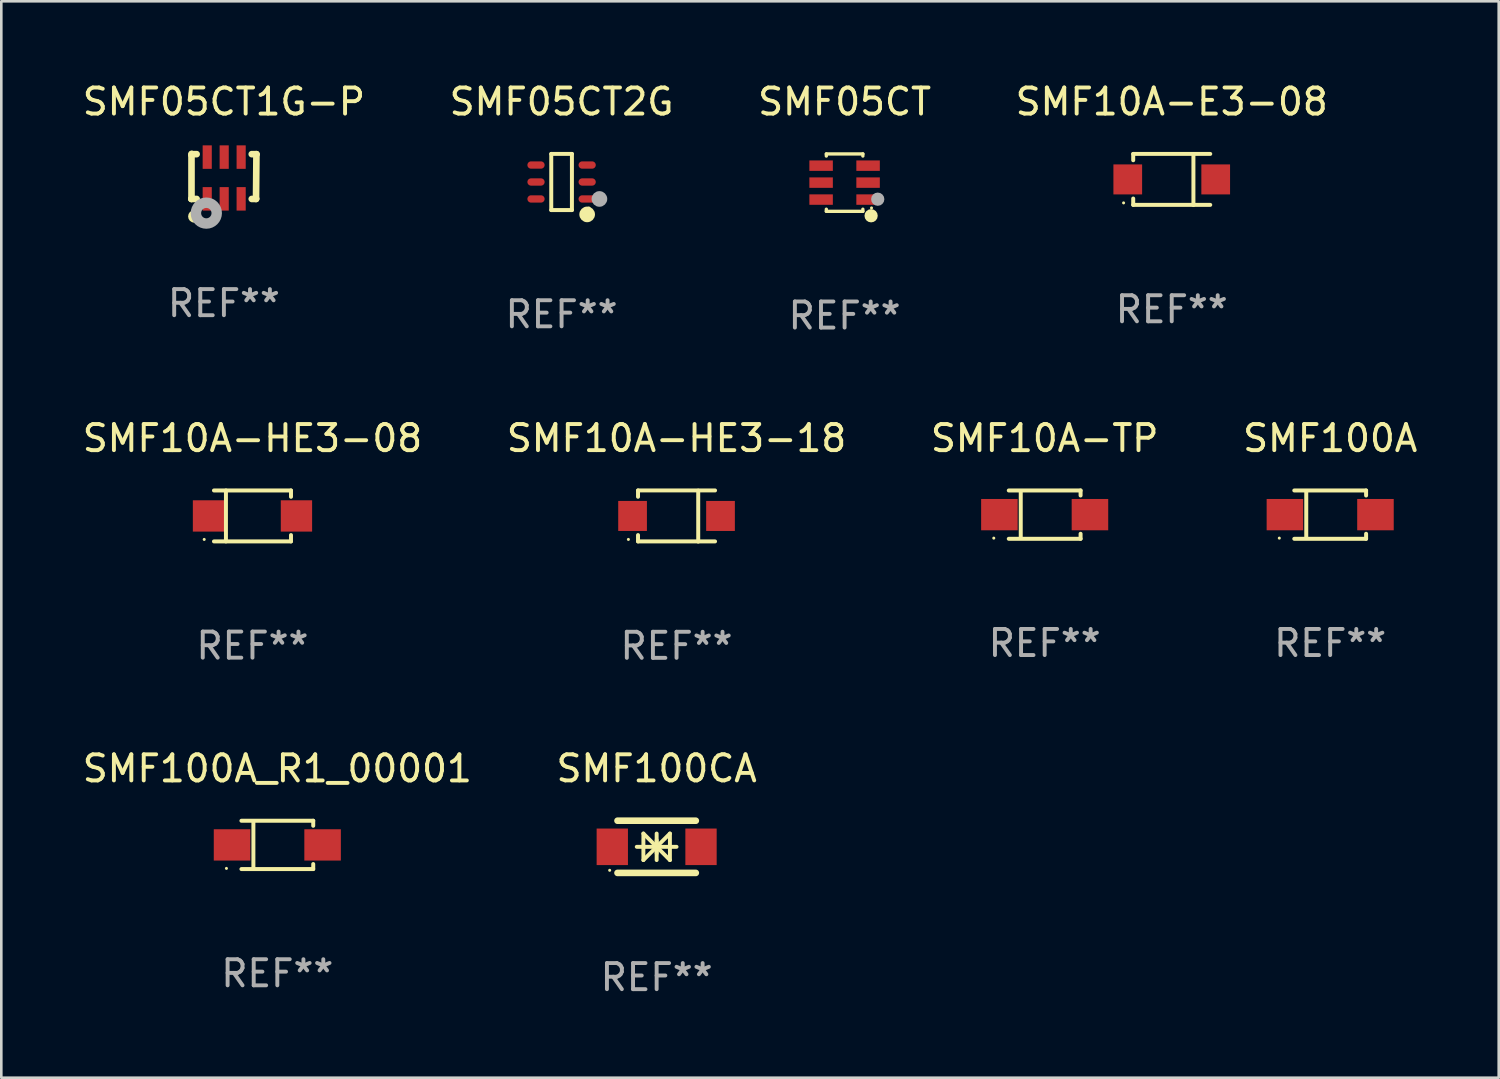
<source format=kicad_pcb>
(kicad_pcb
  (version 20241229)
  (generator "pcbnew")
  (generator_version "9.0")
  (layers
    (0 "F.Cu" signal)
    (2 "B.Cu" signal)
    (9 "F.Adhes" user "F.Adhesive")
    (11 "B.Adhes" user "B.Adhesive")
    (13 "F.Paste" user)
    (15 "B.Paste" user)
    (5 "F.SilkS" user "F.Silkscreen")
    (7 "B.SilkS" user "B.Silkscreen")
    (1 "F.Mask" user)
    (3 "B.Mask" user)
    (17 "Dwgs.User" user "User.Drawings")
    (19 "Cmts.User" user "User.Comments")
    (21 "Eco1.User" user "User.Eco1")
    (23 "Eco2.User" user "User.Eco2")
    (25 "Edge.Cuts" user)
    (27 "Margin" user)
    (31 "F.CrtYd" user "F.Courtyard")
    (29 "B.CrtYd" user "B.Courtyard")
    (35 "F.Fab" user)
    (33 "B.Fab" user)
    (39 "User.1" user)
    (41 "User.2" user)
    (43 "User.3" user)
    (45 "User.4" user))
  (footprint "SMF05CT1G-P"
    (layer "F.Cu")
    (at 5.53 3.711)
    (property "Reference" "SMF05CT1G-P" (at 0 -2.863 0) (layer "F.SilkS") (effects (font (size 1 1) (thickness 0.15))))
    (attr through_hole)
    (fp_line (start -1.246 0.863) (end -1.045 0.863) (stroke (width 0.254) (type solid)) (layer "F.SilkS"))
    (fp_line (start -1.242 -0.863) (end -1.242 0.858) (stroke (width 0.254) (type solid)) (layer "F.SilkS"))
    (fp_line (start -1.242 0.858) (end -1.246 0.863) (stroke (width 0.254) (type solid)) (layer "F.SilkS"))
    (fp_line (start -1.218 -0.854) (end -1.246 -0.825) (stroke (width 0.254) (type solid)) (layer "F.SilkS"))
    (fp_line (start -1.045 -0.854) (end -1.218 -0.854) (stroke (width 0.254) (type solid)) (layer "F.SilkS"))
    (fp_line (start 1.067 0.863) (end 1.232 0.863) (stroke (width 0.254) (type solid)) (layer "F.SilkS"))
    (fp_line (start 1.231 0.847) (end 1.246 -0.849) (stroke (width 0.254) (type solid)) (layer "F.SilkS"))
    (fp_line (start 1.232 0.863) (end 1.231 0.847) (stroke (width 0.254) (type solid)) (layer "F.SilkS"))
    (fp_line (start 1.242 -0.854) (end 1.067 -0.854) (stroke (width 0.254) (type solid)) (layer "F.SilkS"))
    (fp_line (start 1.246 -0.849) (end 1.242 -0.854) (stroke (width 0.254) (type solid)) (layer "F.SilkS"))
    (fp_circle (center -1.132 1.533) (end -1.012 1.533) (stroke (width 0.24) (type solid)) (fill no) (layer "F.SilkS"))
    (fp_circle (center -0.989 1.109) (end -0.959 1.109) (stroke (width 0.06) (type solid)) (fill no) (layer "F.SilkS"))
    (fp_circle (center -0.674 1.406) (end -0.475 1.406) (stroke (width 0.4) (type solid)) (fill no) (layer "F.Fab"))
    (fp_text user "REF**" (at 0 4.863 0) (layer "F.Fab") (effects (font (size 1 1) (thickness 0.15))))
    (pad "1" smd rect (at -0.639 0.859) (size 0.35 0.9) (layers "F.Cu" "F.Mask" "F.Paste"))
    (pad "2" smd rect (at 0.011 0.859) (size 0.35 0.9) (layers "F.Cu" "F.Mask" "F.Paste"))
    (pad "3" smd rect (at 0.661 0.859) (size 0.35 0.9) (layers "F.Cu" "F.Mask" "F.Paste"))
    (pad "4" smd rect (at 0.661 -0.741) (size 0.35 0.9) (layers "F.Cu" "F.Mask" "F.Paste"))
    (pad "5" smd rect (at 0.011 -0.741) (size 0.35 0.9) (layers "F.Cu" "F.Mask" "F.Paste"))
    (pad "6" smd rect (at -0.639 -0.741) (size 0.35 0.9) (layers "F.Cu" "F.Mask" "F.Paste")))
  (footprint "SMF100A"
    (layer "F.Cu")
    (at 47.923 16.671)
    (property "Reference" "SMF100A" (at 0 -2.926 0) (layer "F.SilkS") (effects (font (size 1 1) (thickness 0.15))))
    (attr through_hole)
    (fp_line (start -1.376 -0.926) (end 1.376 -0.926) (stroke (width 0.152) (type solid)) (layer "F.SilkS"))
    (fp_line (start -1.376 0.926) (end 1.376 0.926) (stroke (width 0.152) (type solid)) (layer "F.SilkS"))
    (fp_line (start -0.917 -0.876) (end -0.917 0.876) (stroke (width 0.152) (type solid)) (layer "F.SilkS"))
    (fp_line (start 1.376 -0.926) (end 1.376 -0.733) (stroke (width 0.152) (type solid)) (layer "F.SilkS"))
    (fp_line (start 1.376 0.926) (end 1.376 0.733) (stroke (width 0.152) (type solid)) (layer "F.SilkS"))
    (fp_circle (center -1.95 0.9) (end -1.92 0.9) (stroke (width 0.06) (type solid)) (fill no) (layer "F.SilkS"))
    (fp_text user "REF**" (at 0 4.926 0) (layer "F.Fab") (effects (font (size 1 1) (thickness 0.15))))
    (pad "1" smd rect (at -1.735 0) (size 1.4 1.2) (layers "F.Cu" "F.Mask" "F.Paste"))
    (pad "2" smd rect (at 1.735 0) (size 1.4 1.2) (layers "F.Cu" "F.Mask" "F.Paste")))
  (footprint "SMF05CT"
    (layer "F.Cu")
    (at 29.315 3.948)
    (property "Reference" "SMF05CT" (at 0 -3.1 0) (layer "F.SilkS") (effects (font (size 1 1) (thickness 0.15))))
    (attr through_hole)
    (fp_line (start -0.7 -1.018) (end -0.7 -1.1) (stroke (width 0.127) (type solid)) (layer "F.SilkS"))
    (fp_line (start -0.7 1.1) (end -0.7 1.018) (stroke (width 0.127) (type solid)) (layer "F.SilkS"))
    (fp_line (start 0.7 -1.1) (end -0.7 -1.1) (stroke (width 0.127) (type solid)) (layer "F.SilkS"))
    (fp_line (start 0.7 -1.018) (end 0.7 -1.1) (stroke (width 0.127) (type solid)) (layer "F.SilkS"))
    (fp_line (start 0.7 1.1) (end -0.7 1.1) (stroke (width 0.127) (type solid)) (layer "F.SilkS"))
    (fp_line (start 0.7 1.1) (end 0.7 1.018) (stroke (width 0.127) (type solid)) (layer "F.SilkS"))
    (fp_circle (center 1.016 1.27) (end 1.143 1.27) (stroke (width 0.254) (type solid)) (fill no) (layer "F.SilkS"))
    (fp_circle (center 1.032 0.97) (end 1.062 0.97) (stroke (width 0.06) (type solid)) (fill no) (layer "F.SilkS"))
    (fp_circle (center 1.27 0.635) (end 1.397 0.635) (stroke (width 0.254) (type solid)) (fill no) (layer "F.Fab"))
    (fp_text user "REF**" (at 0 5.1 0) (layer "F.Fab") (effects (font (size 1 1) (thickness 0.15))))
    (pad "1" smd rect (at 0.9 0.65 90) (size 0.4 0.9) (layers "F.Cu" "F.Mask" "F.Paste"))
    (pad "2" smd rect (at 0.9 -0.000102 90) (size 0.4 0.9) (layers "F.Cu" "F.Mask" "F.Paste"))
    (pad "3" smd rect (at 0.9 -0.65 90) (size 0.4 0.9) (layers "F.Cu" "F.Mask" "F.Paste"))
    (pad "4" smd rect (at -0.9 -0.65 90) (size 0.4 0.9) (layers "F.Cu" "F.Mask" "F.Paste"))
    (pad "5" smd rect (at -0.9 -0.000102 90) (size 0.4 0.9) (layers "F.Cu" "F.Mask" "F.Paste"))
    (pad "6" smd rect (at -0.9 0.65 90) (size 0.4 0.9) (layers "F.Cu" "F.Mask" "F.Paste")))
  (footprint "SMF10A-TP"
    (layer "F.Cu")
    (at 36.982 16.671)
    (property "Reference" "SMF10A-TP" (at 0 -2.926 0) (layer "F.SilkS") (effects (font (size 1 1) (thickness 0.15))))
    (attr through_hole)
    (fp_line (start -1.376 -0.926) (end 1.376 -0.926) (stroke (width 0.152) (type solid)) (layer "F.SilkS"))
    (fp_line (start -1.376 0.926) (end 1.376 0.926) (stroke (width 0.152) (type solid)) (layer "F.SilkS"))
    (fp_line (start -0.917 -0.876) (end -0.917 0.876) (stroke (width 0.152) (type solid)) (layer "F.SilkS"))
    (fp_line (start 1.376 -0.926) (end 1.376 -0.733) (stroke (width 0.152) (type solid)) (layer "F.SilkS"))
    (fp_line (start 1.376 0.926) (end 1.376 0.733) (stroke (width 0.152) (type solid)) (layer "F.SilkS"))
    (fp_circle (center -1.95 0.9) (end -1.92 0.9) (stroke (width 0.06) (type solid)) (fill no) (layer "F.SilkS"))
    (fp_text user "REF**" (at 0 4.926 0) (layer "F.Fab") (effects (font (size 1 1) (thickness 0.15))))
    (pad "1" smd rect (at -1.735 0) (size 1.4 1.2) (layers "F.Cu" "F.Mask" "F.Paste"))
    (pad "2" smd rect (at 1.735 0) (size 1.4 1.2) (layers "F.Cu" "F.Mask" "F.Paste")))
  (footprint "SMF05CT2G"
    (layer "F.Cu")
    (at 18.47 3.924)
    (property "Reference" "SMF05CT2G" (at 0 -3.076 0) (layer "F.SilkS") (effects (font (size 1 1) (thickness 0.15))))
    (attr through_hole)
    (fp_line (start -0.396 -1.076) (end 0.396 -1.076) (stroke (width 0.152) (type solid)) (layer "F.SilkS"))
    (fp_line (start -0.396 1.076) (end -0.396 -1.076) (stroke (width 0.152) (type solid)) (layer "F.SilkS"))
    (fp_line (start 0.396 -1.076) (end 0.396 1.076) (stroke (width 0.152) (type solid)) (layer "F.SilkS"))
    (fp_line (start 0.396 1.076) (end -0.396 1.076) (stroke (width 0.152) (type solid)) (layer "F.SilkS"))
    (fp_circle (center 0.98 1.242) (end 1.13 1.242) (stroke (width 0.3) (type solid)) (fill no) (layer "F.SilkS"))
    (fp_circle (center 1.05 1) (end 1.08 1) (stroke (width 0.06) (type solid)) (fill no) (layer "F.SilkS"))
    (fp_circle (center 1.45 0.65) (end 1.6 0.65) (stroke (width 0.3) (type solid)) (fill no) (layer "F.Fab"))
    (fp_text user "REF**" (at 0 5.076 0) (layer "F.Fab") (effects (font (size 1 1) (thickness 0.15))))
    (pad "1" smd oval (at 0.98 0.65 90) (size 0.28 0.66) (layers "F.Cu" "F.Mask" "F.Paste"))
    (pad "2" smd oval (at 0.98 0 90) (size 0.28 0.66) (layers "F.Cu" "F.Mask" "F.Paste"))
    (pad "3" smd oval (at 0.98 -0.65 90) (size 0.28 0.66) (layers "F.Cu" "F.Mask" "F.Paste"))
    (pad "4" smd oval (at -0.98 -0.65 90) (size 0.28 0.66) (layers "F.Cu" "F.Mask" "F.Paste"))
    (pad "5" smd oval (at -0.98 0 90) (size 0.28 0.66) (layers "F.Cu" "F.Mask" "F.Paste"))
    (pad "6" smd oval (at -0.98 0.65 90) (size 0.28 0.66) (layers "F.Cu" "F.Mask" "F.Paste")))
  (footprint "SMF10A-HE3-18"
    (layer "F.Cu")
    (at 22.875 16.724)
    (property "Reference" "SMF10A-HE3-18" (at 0 -2.98 0) (layer "F.SilkS") (effects (font (size 1 1) (thickness 0.15))))
    (attr through_hole)
    (fp_line (start -1.476 -0.98) (end -1.476 -0.737) (stroke (width 0.152) (type solid)) (layer "F.SilkS"))
    (fp_line (start -1.476 0.973) (end -1.476 0.73) (stroke (width 0.152) (type solid)) (layer "F.SilkS"))
    (fp_line (start 0.831 0.98) (end 0.831 -0.973) (stroke (width 0.152) (type solid)) (layer "F.SilkS"))
    (fp_line (start 1.476 -0.98) (end -1.476 -0.98) (stroke (width 0.152) (type solid)) (layer "F.SilkS"))
    (fp_line (start 1.476 0.973) (end -1.476 0.973) (stroke (width 0.152) (type solid)) (layer "F.SilkS"))
    (fp_circle (center -1.845 0.897) (end -1.815 0.897) (stroke (width 0.06) (type solid)) (fill no) (layer "F.SilkS"))
    (fp_text user "REF**" (at 0 4.98 0) (layer "F.Fab") (effects (font (size 1 1) (thickness 0.15))))
    (pad "1" smd rect (at -1.685 -0.003) (size 1.1 1.15) (layers "F.Cu" "F.Mask" "F.Paste"))
    (pad "2" smd rect (at 1.685 -0.003) (size 1.1 1.15) (layers "F.Cu" "F.Mask" "F.Paste")))
  (footprint "SMF10A-E3-08"
    (layer "F.Cu")
    (at 41.851 3.828)
    (property "Reference" "SMF10A-E3-08" (at 0 -2.98 0) (layer "F.SilkS") (effects (font (size 1 1) (thickness 0.15))))
    (attr through_hole)
    (fp_line (start -1.476 -0.98) (end -1.476 -0.737) (stroke (width 0.152) (type solid)) (layer "F.SilkS"))
    (fp_line (start -1.476 0.973) (end -1.476 0.73) (stroke (width 0.152) (type solid)) (layer "F.SilkS"))
    (fp_line (start 0.831 0.98) (end 0.831 -0.973) (stroke (width 0.152) (type solid)) (layer "F.SilkS"))
    (fp_line (start 1.476 -0.98) (end -1.476 -0.98) (stroke (width 0.152) (type solid)) (layer "F.SilkS"))
    (fp_line (start 1.476 0.973) (end -1.476 0.973) (stroke (width 0.152) (type solid)) (layer "F.SilkS"))
    (fp_circle (center -1.845 0.897) (end -1.815 0.897) (stroke (width 0.06) (type solid)) (fill no) (layer "F.SilkS"))
    (fp_text user "REF**" (at 0 4.98 0) (layer "F.Fab") (effects (font (size 1 1) (thickness 0.15))))
    (pad "1" smd rect (at -1.685 -0.003) (size 1.1 1.15) (layers "F.Cu" "F.Mask" "F.Paste"))
    (pad "2" smd rect (at 1.685 -0.003) (size 1.1 1.15) (layers "F.Cu" "F.Mask" "F.Paste")))
  (footprint "SMF10A-HE3-08"
    (layer "F.Cu")
    (at 6.625 16.721)
    (property "Reference" "SMF10A-HE3-08" (at 0 -2.976 0) (layer "F.SilkS") (effects (font (size 1 1) (thickness 0.15))))
    (attr through_hole)
    (fp_line (start -1.476 -0.976) (end 1.476 -0.976) (stroke (width 0.152) (type solid)) (layer "F.SilkS"))
    (fp_line (start -1.476 0.976) (end 1.476 0.976) (stroke (width 0.152) (type solid)) (layer "F.SilkS"))
    (fp_line (start -1.017 -0.976) (end -1.017 0.976) (stroke (width 0.152) (type solid)) (layer "F.SilkS"))
    (fp_line (start 1.476 -0.976) (end 1.476 -0.733) (stroke (width 0.152) (type solid)) (layer "F.SilkS"))
    (fp_line (start 1.476 0.976) (end 1.476 0.733) (stroke (width 0.152) (type solid)) (layer "F.SilkS"))
    (fp_circle (center -1.85 0.9) (end -1.82 0.9) (stroke (width 0.06) (type solid)) (fill no) (layer "F.SilkS"))
    (fp_text user "REF**" (at 0 4.976 0) (layer "F.Fab") (effects (font (size 1 1) (thickness 0.15))))
    (pad "1" smd rect (at -1.685 0) (size 1.2 1.2) (layers "F.Cu" "F.Mask" "F.Paste"))
    (pad "2" smd rect (at 1.685 0) (size 1.2 1.2) (layers "F.Cu" "F.Mask" "F.Paste")))
  (footprint "SMF100CA"
    (layer "F.Cu")
    (at 22.113 29.4)
    (property "Reference" "SMF100CA" (at 0 -3 0) (layer "F.SilkS") (effects (font (size 1 1) (thickness 0.15))))
    (attr through_hole)
    (fp_line (start -1.5 -1) (end 1.5 -1) (stroke (width 0.254) (type solid)) (layer "F.SilkS"))
    (fp_line (start -1.5 1) (end 1.5 1) (stroke (width 0.254) (type solid)) (layer "F.SilkS"))
    (fp_line (start -0.762 0) (end 0.762 0) (stroke (width 0.15) (type solid)) (layer "F.SilkS"))
    (fp_line (start -0.508 -0.508) (end -0.508 0.508) (stroke (width 0.15) (type solid)) (layer "F.SilkS"))
    (fp_line (start 0 -0.508) (end 0 0.508) (stroke (width 0.15) (type solid)) (layer "F.SilkS"))
    (fp_line (start 0 0) (end -0.508 -0.508) (stroke (width 0.15) (type solid)) (layer "F.SilkS"))
    (fp_line (start 0 0) (end -0.508 0.508) (stroke (width 0.15) (type solid)) (layer "F.SilkS"))
    (fp_line (start 0 0) (end 0.508 -0.508) (stroke (width 0.15) (type solid)) (layer "F.SilkS"))
    (fp_line (start 0 0) (end 0.508 0.508) (stroke (width 0.15) (type solid)) (layer "F.SilkS"))
    (fp_line (start 0 0.254) (end 0 -0.254) (stroke (width 0.15) (type solid)) (layer "F.SilkS"))
    (fp_line (start 0.508 0.508) (end 0.508 -0.508) (stroke (width 0.15) (type solid)) (layer "F.SilkS"))
    (fp_circle (center -1.8 0.9) (end -1.77 0.9) (stroke (width 0.06) (type solid)) (fill no) (layer "F.SilkS"))
    (fp_text user "REF**" (at 0 5 0) (layer "F.Fab") (effects (font (size 1 1) (thickness 0.15))))
    (pad "1" smd rect (at -1.7 0) (size 1.2 1.4) (layers "F.Cu" "F.Mask" "F.Paste"))
    (pad "2" smd rect (at 1.7 0) (size 1.2 1.4) (layers "F.Cu" "F.Mask" "F.Paste")))
  (footprint "SMF100A_R1_00001"
    (layer "F.Cu")
    (at 7.577 29.327)
    (property "Reference" "SMF100A_R1_00001" (at 0 -2.926 0) (layer "F.SilkS") (effects (font (size 1 1) (thickness 0.15))))
    (attr through_hole)
    (fp_line (start -1.376 -0.926) (end 1.376 -0.926) (stroke (width 0.152) (type solid)) (layer "F.SilkS"))
    (fp_line (start -1.376 0.926) (end 1.376 0.926) (stroke (width 0.152) (type solid)) (layer "F.SilkS"))
    (fp_line (start -0.917 -0.876) (end -0.917 0.876) (stroke (width 0.152) (type solid)) (layer "F.SilkS"))
    (fp_line (start 1.376 -0.926) (end 1.376 -0.733) (stroke (width 0.152) (type solid)) (layer "F.SilkS"))
    (fp_line (start 1.376 0.926) (end 1.376 0.733) (stroke (width 0.152) (type solid)) (layer "F.SilkS"))
    (fp_circle (center -1.95 0.9) (end -1.92 0.9) (stroke (width 0.06) (type solid)) (fill no) (layer "F.SilkS"))
    (fp_text user "REF**" (at 0 4.926 0) (layer "F.Fab") (effects (font (size 1 1) (thickness 0.15))))
    (pad "1" smd rect (at -1.735 0) (size 1.4 1.2) (layers "F.Cu" "F.Mask" "F.Paste"))
    (pad "2" smd rect (at 1.735 0) (size 1.4 1.2) (layers "F.Cu" "F.Mask" "F.Paste")))
  (gr_rect
    (start -3 -3)
    (end 54.381 38.249)
    (stroke (width 0.1) (type default))
    (fill no)
    (layer "Edge.Cuts")))
</source>
